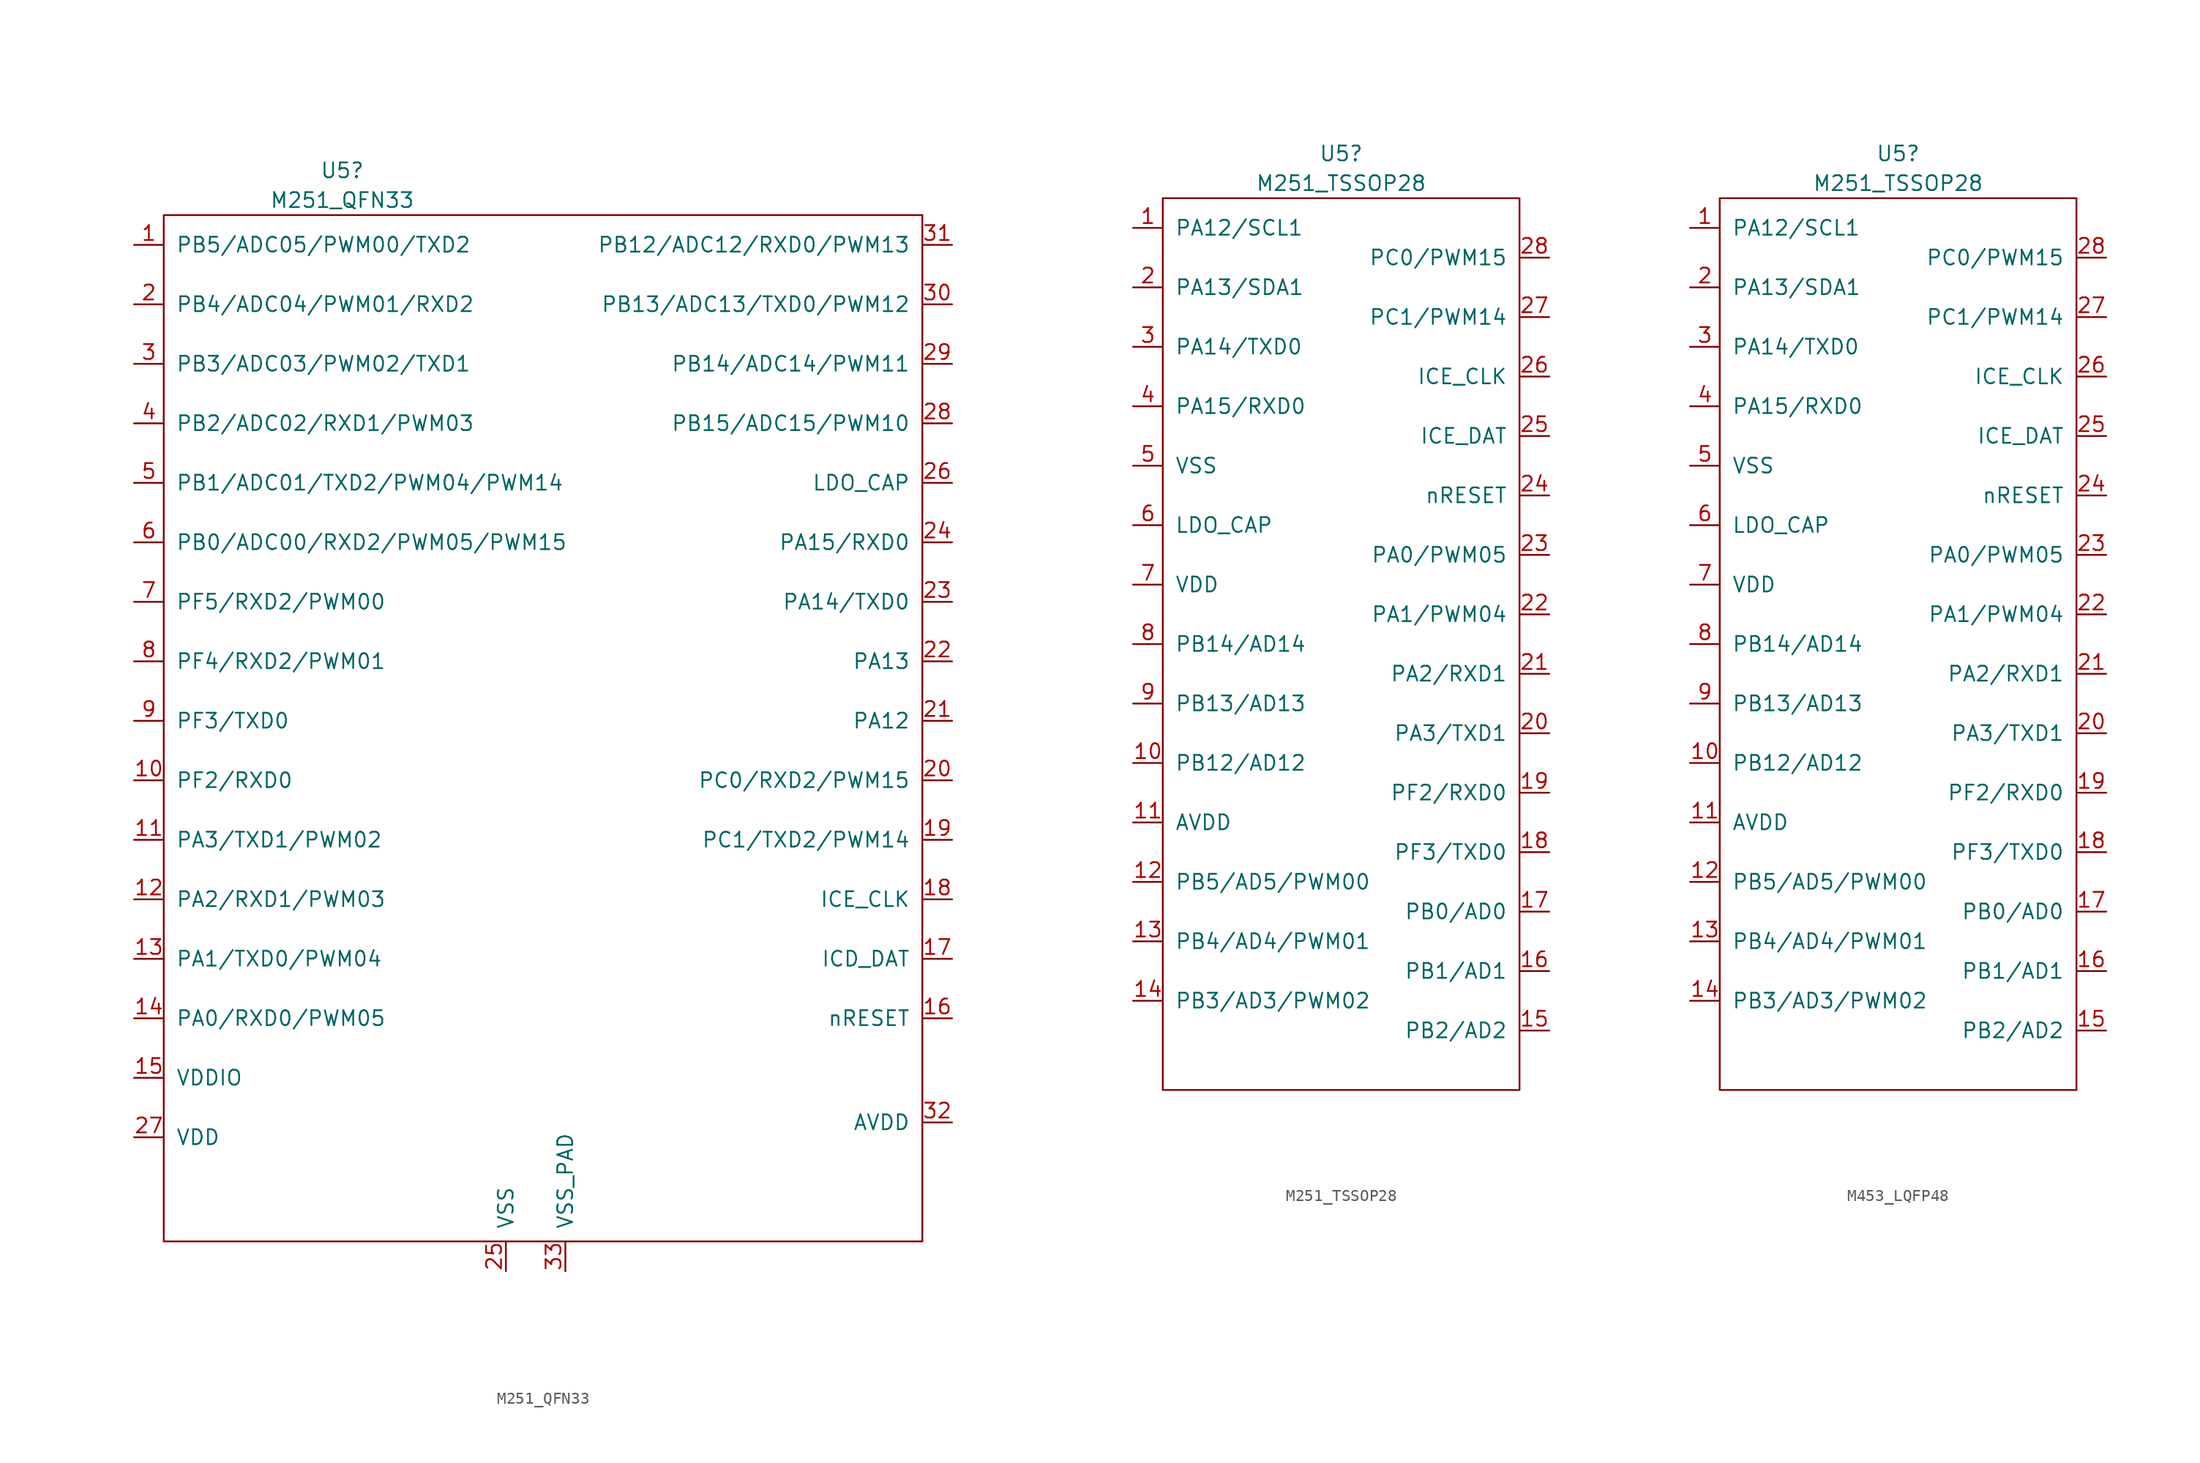
<source format=kicad_sym>
(kicad_symbol_lib
  (version 20220914)
  (generator kicad_symbol_editor)
  (symbol "M251_QFN33"
    (pin_names
      (offset 1.016))
    (property "Reference" "U5"
      (at 0 41.91 0)
      (effects (font (size 1.27 1.27))))
    (property "Value" "M251_QFN33"
      (at 0 39.37 0)
      (effects (font (size 1.27 1.27))))
    (symbol "M251_QFN33_1_1"
      (rectangle (start -15.24 38.1) (end 49.53 -49.53) (stroke (width 0) (type solid)) (fill (type none)))
      (pin bidirectional line (at -17.78 35.56 0) (length 2.54) (name "PB5/ADC05/PWM00/TXD2" (effects (font (size 1.27 1.27)))) (number "1" (effects (font (size 1.27 1.27)))))
      (pin bidirectional line (at -17.78 -10.16 0) (length 2.54) (name "PF2/RXD0" (effects (font (size 1.27 1.27)))) (number "10" (effects (font (size 1.27 1.27)))))
      (pin bidirectional line (at -17.78 -15.24 0) (length 2.54) (name "PA3/TXD1/PWM02" (effects (font (size 1.27 1.27)))) (number "11" (effects (font (size 1.27 1.27)))))
      (pin bidirectional line (at -17.78 -20.32 0) (length 2.54) (name "PA2/RXD1/PWM03" (effects (font (size 1.27 1.27)))) (number "12" (effects (font (size 1.27 1.27)))))
      (pin bidirectional line (at -17.78 -25.4 0) (length 2.54) (name "PA1/TXD0/PWM04" (effects (font (size 1.27 1.27)))) (number "13" (effects (font (size 1.27 1.27)))))
      (pin bidirectional line (at -17.78 -30.48 0) (length 2.54) (name "PA0/RXD0/PWM05" (effects (font (size 1.27 1.27)))) (number "14" (effects (font (size 1.27 1.27)))))
      (pin power_in line (at -17.78 -35.56 0) (length 2.54) (name "VDDIO" (effects (font (size 1.27 1.27)))) (number "15" (effects (font (size 1.27 1.27)))))
      (pin input line (at 52.07 -30.48 180) (length 2.54) (name "nRESET" (effects (font (size 1.27 1.27)))) (number "16" (effects (font (size 1.27 1.27)))))
      (pin bidirectional line (at 52.07 -25.4 180) (length 2.54) (name "ICD_DAT" (effects (font (size 1.27 1.27)))) (number "17" (effects (font (size 1.27 1.27)))))
      (pin bidirectional line (at 52.07 -20.32 180) (length 2.54) (name "ICE_CLK" (effects (font (size 1.27 1.27)))) (number "18" (effects (font (size 1.27 1.27)))))
      (pin bidirectional line (at 52.07 -15.24 180) (length 2.54) (name "PC1/TXD2/PWM14" (effects (font (size 1.27 1.27)))) (number "19" (effects (font (size 1.27 1.27)))))
      (pin bidirectional line (at -17.78 30.48 0) (length 2.54) (name "PB4/ADC04/PWM01/RXD2" (effects (font (size 1.27 1.27)))) (number "2" (effects (font (size 1.27 1.27)))))
      (pin bidirectional line (at 52.07 -10.16 180) (length 2.54) (name "PC0/RXD2/PWM15" (effects (font (size 1.27 1.27)))) (number "20" (effects (font (size 1.27 1.27)))))
      (pin bidirectional line (at 52.07 -5.08 180) (length 2.54) (name "PA12" (effects (font (size 1.27 1.27)))) (number "21" (effects (font (size 1.27 1.27)))))
      (pin bidirectional line (at 52.07 0 180) (length 2.54) (name "PA13" (effects (font (size 1.27 1.27)))) (number "22" (effects (font (size 1.27 1.27)))))
      (pin bidirectional line (at 52.07 5.08 180) (length 2.54) (name "PA14/TXD0" (effects (font (size 1.27 1.27)))) (number "23" (effects (font (size 1.27 1.27)))))
      (pin bidirectional line (at 52.07 10.16 180) (length 2.54) (name "PA15/RXD0" (effects (font (size 1.27 1.27)))) (number "24" (effects (font (size 1.27 1.27)))))
      (pin power_in line (at 13.97 -52.07 90) (length 2.54) (name "VSS" (effects (font (size 1.27 1.27)))) (number "25" (effects (font (size 1.27 1.27)))))
      (pin bidirectional line (at 52.07 15.24 180) (length 2.54) (name "LDO_CAP" (effects (font (size 1.27 1.27)))) (number "26" (effects (font (size 1.27 1.27)))))
      (pin power_in line (at -17.78 -40.64 0) (length 2.54) (name "VDD" (effects (font (size 1.27 1.27)))) (number "27" (effects (font (size 1.27 1.27)))))
      (pin bidirectional line (at 52.07 20.32 180) (length 2.54) (name "PB15/ADC15/PWM10" (effects (font (size 1.27 1.27)))) (number "28" (effects (font (size 1.27 1.27)))))
      (pin bidirectional line (at 52.07 25.4 180) (length 2.54) (name "PB14/ADC14/PWM11" (effects (font (size 1.27 1.27)))) (number "29" (effects (font (size 1.27 1.27)))))
      (pin bidirectional line (at -17.78 25.4 0) (length 2.54) (name "PB3/ADC03/PWM02/TXD1" (effects (font (size 1.27 1.27)))) (number "3" (effects (font (size 1.27 1.27)))))
      (pin bidirectional line (at 52.07 30.48 180) (length 2.54) (name "PB13/ADC13/TXD0/PWM12" (effects (font (size 1.27 1.27)))) (number "30" (effects (font (size 1.27 1.27)))))
      (pin bidirectional line (at 52.07 35.56 180) (length 2.54) (name "PB12/ADC12/RXD0/PWM13" (effects (font (size 1.27 1.27)))) (number "31" (effects (font (size 1.27 1.27)))))
      (pin power_in line (at 52.07 -39.37 180) (length 2.54) (name "AVDD" (effects (font (size 1.27 1.27)))) (number "32" (effects (font (size 1.27 1.27)))))
      (pin power_in line (at 19.05 -52.07 90) (length 2.54) (name "VSS_PAD" (effects (font (size 1.27 1.27)))) (number "33" (effects (font (size 1.27 1.27)))))
      (pin bidirectional line (at -17.78 20.32 0) (length 2.54) (name "PB2/ADC02/RXD1/PWM03" (effects (font (size 1.27 1.27)))) (number "4" (effects (font (size 1.27 1.27)))))
      (pin bidirectional line (at -17.78 15.24 0) (length 2.54) (name "PB1/ADC01/TXD2/PWM04/PWM14" (effects (font (size 1.27 1.27)))) (number "5" (effects (font (size 1.27 1.27)))))
      (pin bidirectional line (at -17.78 10.16 0) (length 2.54) (name "PB0/ADC00/RXD2/PWM05/PWM15" (effects (font (size 1.27 1.27)))) (number "6" (effects (font (size 1.27 1.27)))))
      (pin bidirectional line (at -17.78 5.08 0) (length 2.54) (name "PF5/RXD2/PWM00" (effects (font (size 1.27 1.27)))) (number "7" (effects (font (size 1.27 1.27)))))
      (pin bidirectional line (at -17.78 0 0) (length 2.54) (name "PF4/RXD2/PWM01" (effects (font (size 1.27 1.27)))) (number "8" (effects (font (size 1.27 1.27)))))
      (pin bidirectional line (at -17.78 -5.08 0) (length 2.54) (name "PF3/TXD0" (effects (font (size 1.27 1.27)))) (number "9" (effects (font (size 1.27 1.27)))))))
  (symbol "M251_TSSOP28"
    (pin_names
      (offset 1.016))
    (property "Reference" "U5"
      (at 0 41.91 0)
      (effects (font (size 1.27 1.27))))
    (property "Value" "M251_TSSOP28"
      (at 0 39.37 0)
      (effects (font (size 1.27 1.27))))
    (symbol "M251_TSSOP28_1_1"
      (rectangle (start -15.24 38.1) (end 15.24 -38.1) (stroke (width 0) (type solid)) (fill (type none)))
      (pin bidirectional line (at -17.78 35.56 0) (length 2.54) (name "PA12/SCL1" (effects (font (size 1.27 1.27)))) (number "1" (effects (font (size 1.27 1.27)))))
      (pin bidirectional line (at -17.78 -10.16 0) (length 2.54) (name "PB12/AD12" (effects (font (size 1.27 1.27)))) (number "10" (effects (font (size 1.27 1.27)))))
      (pin power_in line (at -17.78 -15.24 0) (length 2.54) (name "AVDD" (effects (font (size 1.27 1.27)))) (number "11" (effects (font (size 1.27 1.27)))))
      (pin input line (at -17.78 -20.32 0) (length 2.54) (name "PB5/AD5/PWM00" (effects (font (size 1.27 1.27)))) (number "12" (effects (font (size 1.27 1.27)))))
      (pin bidirectional line (at -17.78 -25.4 0) (length 2.54) (name "PB4/AD4/PWM01" (effects (font (size 1.27 1.27)))) (number "13" (effects (font (size 1.27 1.27)))))
      (pin bidirectional line (at -17.78 -30.48 0) (length 2.54) (name "PB3/AD3/PWM02" (effects (font (size 1.27 1.27)))) (number "14" (effects (font (size 1.27 1.27)))))
      (pin bidirectional line (at 17.78 -33.02 180) (length 2.54) (name "PB2/AD2" (effects (font (size 1.27 1.27)))) (number "15" (effects (font (size 1.27 1.27)))))
      (pin bidirectional line (at 17.78 -27.94 180) (length 2.54) (name "PB1/AD1" (effects (font (size 1.27 1.27)))) (number "16" (effects (font (size 1.27 1.27)))))
      (pin bidirectional line (at 17.78 -22.86 180) (length 2.54) (name "PB0/AD0" (effects (font (size 1.27 1.27)))) (number "17" (effects (font (size 1.27 1.27)))))
      (pin bidirectional line (at 17.78 -17.78 180) (length 2.54) (name "PF3/TXD0" (effects (font (size 1.27 1.27)))) (number "18" (effects (font (size 1.27 1.27)))))
      (pin bidirectional line (at 17.78 -12.7 180) (length 2.54) (name "PF2/RXD0" (effects (font (size 1.27 1.27)))) (number "19" (effects (font (size 1.27 1.27)))))
      (pin bidirectional line (at -17.78 30.48 0) (length 2.54) (name "PA13/SDA1" (effects (font (size 1.27 1.27)))) (number "2" (effects (font (size 1.27 1.27)))))
      (pin bidirectional line (at 17.78 -7.62 180) (length 2.54) (name "PA3/TXD1" (effects (font (size 1.27 1.27)))) (number "20" (effects (font (size 1.27 1.27)))))
      (pin bidirectional line (at 17.78 -2.54 180) (length 2.54) (name "PA2/RXD1" (effects (font (size 1.27 1.27)))) (number "21" (effects (font (size 1.27 1.27)))))
      (pin bidirectional line (at 17.78 2.54 180) (length 2.54) (name "PA1/PWM04" (effects (font (size 1.27 1.27)))) (number "22" (effects (font (size 1.27 1.27)))))
      (pin bidirectional line (at 17.78 7.62 180) (length 2.54) (name "PA0/PWM05" (effects (font (size 1.27 1.27)))) (number "23" (effects (font (size 1.27 1.27)))))
      (pin input line (at 17.78 12.7 180) (length 2.54) (name "nRESET" (effects (font (size 1.27 1.27)))) (number "24" (effects (font (size 1.27 1.27)))))
      (pin bidirectional line (at 17.78 17.78 180) (length 2.54) (name "ICE_DAT" (effects (font (size 1.27 1.27)))) (number "25" (effects (font (size 1.27 1.27)))))
      (pin bidirectional line (at 17.78 22.86 180) (length 2.54) (name "ICE_CLK" (effects (font (size 1.27 1.27)))) (number "26" (effects (font (size 1.27 1.27)))))
      (pin bidirectional line (at 17.78 27.94 180) (length 2.54) (name "PC1/PWM14" (effects (font (size 1.27 1.27)))) (number "27" (effects (font (size 1.27 1.27)))))
      (pin bidirectional line (at 17.78 33.02 180) (length 2.54) (name "PC0/PWM15" (effects (font (size 1.27 1.27)))) (number "28" (effects (font (size 1.27 1.27)))))
      (pin bidirectional line (at -17.78 25.4 0) (length 2.54) (name "PA14/TXD0" (effects (font (size 1.27 1.27)))) (number "3" (effects (font (size 1.27 1.27)))))
      (pin bidirectional line (at -17.78 20.32 0) (length 2.54) (name "PA15/RXD0" (effects (font (size 1.27 1.27)))) (number "4" (effects (font (size 1.27 1.27)))))
      (pin power_in line (at -17.78 15.24 0) (length 2.54) (name "VSS" (effects (font (size 1.27 1.27)))) (number "5" (effects (font (size 1.27 1.27)))))
      (pin input line (at -17.78 10.16 0) (length 2.54) (name "LDO_CAP" (effects (font (size 1.27 1.27)))) (number "6" (effects (font (size 1.27 1.27)))))
      (pin power_in line (at -17.78 5.08 0) (length 2.54) (name "VDD" (effects (font (size 1.27 1.27)))) (number "7" (effects (font (size 1.27 1.27)))))
      (pin bidirectional line (at -17.78 0 0) (length 2.54) (name "PB14/AD14" (effects (font (size 1.27 1.27)))) (number "8" (effects (font (size 1.27 1.27)))))
      (pin bidirectional line (at -17.78 -5.08 0) (length 2.54) (name "PB13/AD13" (effects (font (size 1.27 1.27)))) (number "9" (effects (font (size 1.27 1.27)))))))
  (symbol "M453_LQFP48"
    (pin_names
      (offset 1.016))
    (property "Reference" "U5"
      (at 0 41.91 0)
      (effects (font (size 1.27 1.27))))
    (property "Value" "M251_TSSOP28"
      (at 0 39.37 0)
      (effects (font (size 1.27 1.27))))
    (symbol "M453_LQFP48_1_1"
      (rectangle (start -15.24 38.1) (end 15.24 -38.1) (stroke (width 0) (type solid)) (fill (type none)))
      (pin bidirectional line (at -17.78 35.56 0) (length 2.54) (name "PA12/SCL1" (effects (font (size 1.27 1.27)))) (number "1" (effects (font (size 1.27 1.27)))))
      (pin bidirectional line (at -17.78 -10.16 0) (length 2.54) (name "PB12/AD12" (effects (font (size 1.27 1.27)))) (number "10" (effects (font (size 1.27 1.27)))))
      (pin power_in line (at -17.78 -15.24 0) (length 2.54) (name "AVDD" (effects (font (size 1.27 1.27)))) (number "11" (effects (font (size 1.27 1.27)))))
      (pin input line (at -17.78 -20.32 0) (length 2.54) (name "PB5/AD5/PWM00" (effects (font (size 1.27 1.27)))) (number "12" (effects (font (size 1.27 1.27)))))
      (pin bidirectional line (at -17.78 -25.4 0) (length 2.54) (name "PB4/AD4/PWM01" (effects (font (size 1.27 1.27)))) (number "13" (effects (font (size 1.27 1.27)))))
      (pin bidirectional line (at -17.78 -30.48 0) (length 2.54) (name "PB3/AD3/PWM02" (effects (font (size 1.27 1.27)))) (number "14" (effects (font (size 1.27 1.27)))))
      (pin bidirectional line (at 17.78 -33.02 180) (length 2.54) (name "PB2/AD2" (effects (font (size 1.27 1.27)))) (number "15" (effects (font (size 1.27 1.27)))))
      (pin bidirectional line (at 17.78 -27.94 180) (length 2.54) (name "PB1/AD1" (effects (font (size 1.27 1.27)))) (number "16" (effects (font (size 1.27 1.27)))))
      (pin bidirectional line (at 17.78 -22.86 180) (length 2.54) (name "PB0/AD0" (effects (font (size 1.27 1.27)))) (number "17" (effects (font (size 1.27 1.27)))))
      (pin bidirectional line (at 17.78 -17.78 180) (length 2.54) (name "PF3/TXD0" (effects (font (size 1.27 1.27)))) (number "18" (effects (font (size 1.27 1.27)))))
      (pin bidirectional line (at 17.78 -12.7 180) (length 2.54) (name "PF2/RXD0" (effects (font (size 1.27 1.27)))) (number "19" (effects (font (size 1.27 1.27)))))
      (pin bidirectional line (at -17.78 30.48 0) (length 2.54) (name "PA13/SDA1" (effects (font (size 1.27 1.27)))) (number "2" (effects (font (size 1.27 1.27)))))
      (pin bidirectional line (at 17.78 -7.62 180) (length 2.54) (name "PA3/TXD1" (effects (font (size 1.27 1.27)))) (number "20" (effects (font (size 1.27 1.27)))))
      (pin bidirectional line (at 17.78 -2.54 180) (length 2.54) (name "PA2/RXD1" (effects (font (size 1.27 1.27)))) (number "21" (effects (font (size 1.27 1.27)))))
      (pin bidirectional line (at 17.78 2.54 180) (length 2.54) (name "PA1/PWM04" (effects (font (size 1.27 1.27)))) (number "22" (effects (font (size 1.27 1.27)))))
      (pin bidirectional line (at 17.78 7.62 180) (length 2.54) (name "PA0/PWM05" (effects (font (size 1.27 1.27)))) (number "23" (effects (font (size 1.27 1.27)))))
      (pin input line (at 17.78 12.7 180) (length 2.54) (name "nRESET" (effects (font (size 1.27 1.27)))) (number "24" (effects (font (size 1.27 1.27)))))
      (pin bidirectional line (at 17.78 17.78 180) (length 2.54) (name "ICE_DAT" (effects (font (size 1.27 1.27)))) (number "25" (effects (font (size 1.27 1.27)))))
      (pin bidirectional line (at 17.78 22.86 180) (length 2.54) (name "ICE_CLK" (effects (font (size 1.27 1.27)))) (number "26" (effects (font (size 1.27 1.27)))))
      (pin bidirectional line (at 17.78 27.94 180) (length 2.54) (name "PC1/PWM14" (effects (font (size 1.27 1.27)))) (number "27" (effects (font (size 1.27 1.27)))))
      (pin bidirectional line (at 17.78 33.02 180) (length 2.54) (name "PC0/PWM15" (effects (font (size 1.27 1.27)))) (number "28" (effects (font (size 1.27 1.27)))))
      (pin bidirectional line (at -17.78 25.4 0) (length 2.54) (name "PA14/TXD0" (effects (font (size 1.27 1.27)))) (number "3" (effects (font (size 1.27 1.27)))))
      (pin bidirectional line (at -17.78 20.32 0) (length 2.54) (name "PA15/RXD0" (effects (font (size 1.27 1.27)))) (number "4" (effects (font (size 1.27 1.27)))))
      (pin power_in line (at -17.78 15.24 0) (length 2.54) (name "VSS" (effects (font (size 1.27 1.27)))) (number "5" (effects (font (size 1.27 1.27)))))
      (pin input line (at -17.78 10.16 0) (length 2.54) (name "LDO_CAP" (effects (font (size 1.27 1.27)))) (number "6" (effects (font (size 1.27 1.27)))))
      (pin power_in line (at -17.78 5.08 0) (length 2.54) (name "VDD" (effects (font (size 1.27 1.27)))) (number "7" (effects (font (size 1.27 1.27)))))
      (pin bidirectional line (at -17.78 0 0) (length 2.54) (name "PB14/AD14" (effects (font (size 1.27 1.27)))) (number "8" (effects (font (size 1.27 1.27)))))
      (pin bidirectional line (at -17.78 -5.08 0) (length 2.54) (name "PB13/AD13" (effects (font (size 1.27 1.27)))) (number "9" (effects (font (size 1.27 1.27))))))))
</source>
